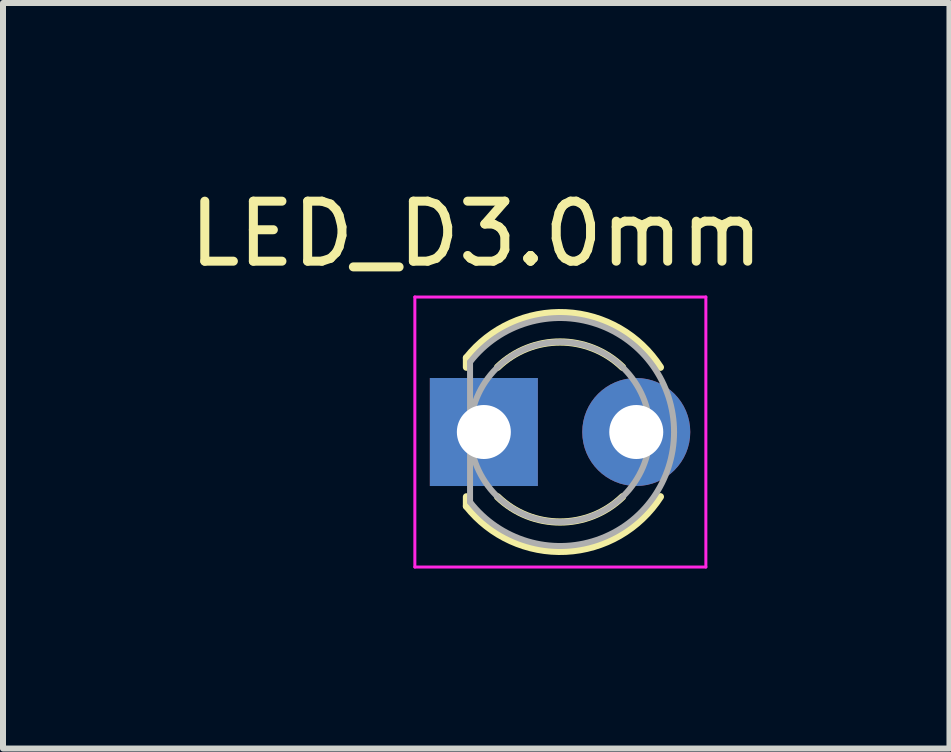
<source format=kicad_pcb>
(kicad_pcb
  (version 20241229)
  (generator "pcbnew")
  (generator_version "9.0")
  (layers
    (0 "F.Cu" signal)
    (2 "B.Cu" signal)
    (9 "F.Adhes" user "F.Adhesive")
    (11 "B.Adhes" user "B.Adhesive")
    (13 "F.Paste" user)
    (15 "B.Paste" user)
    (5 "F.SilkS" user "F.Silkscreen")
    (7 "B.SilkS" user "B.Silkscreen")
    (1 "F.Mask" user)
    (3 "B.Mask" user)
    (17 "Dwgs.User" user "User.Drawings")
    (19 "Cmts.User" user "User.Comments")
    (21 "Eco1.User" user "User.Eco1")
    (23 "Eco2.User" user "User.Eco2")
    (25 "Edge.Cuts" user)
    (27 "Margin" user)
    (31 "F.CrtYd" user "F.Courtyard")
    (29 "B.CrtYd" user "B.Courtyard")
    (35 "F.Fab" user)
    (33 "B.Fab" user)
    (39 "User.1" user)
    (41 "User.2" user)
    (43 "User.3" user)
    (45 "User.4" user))
  (footprint "LED_D3.0mm"
    (layer "F.Cu")
    (at 5.014 4.15)
    (property "Reference" "LED_D3.0mm" (at -0.127 -3.302 0) (layer "F.SilkS") (effects (font (size 1 1) (thickness 0.15))))
    (attr through_hole)
    (fp_line (start -0.29 -1.236) (end -0.29 -1.08) (stroke (width 0.12) (type solid)) (layer "F.SilkS"))
    (fp_line (start -0.29 1.08) (end -0.29 1.236) (stroke (width 0.12) (type solid)) (layer "F.SilkS"))
    (fp_arc (start -0.29 -1.235516) (mid 1.366487 -1.987659) (end 2.942335 -1.078608) (stroke (width 0.12) (type solid)) (layer "F.SilkS"))
    (fp_arc (start 0.229039 -1.08) (mid 1.270117 -1.5) (end 2.31113 -1.079837) (stroke (width 0.12) (type solid)) (layer "F.SilkS"))
    (fp_arc (start 2.31113 1.079837) (mid 1.270117 1.5) (end 0.229039 1.08) (stroke (width 0.12) (type solid)) (layer "F.SilkS"))
    (fp_arc (start 2.942335 1.078608) (mid 1.366487 1.987659) (end -0.29 1.235516) (stroke (width 0.12) (type solid)) (layer "F.SilkS"))
    (fp_line (start -1.15 -2.25) (end -1.15 2.25) (stroke (width 0.05) (type solid)) (layer "F.CrtYd"))
    (fp_line (start -1.15 2.25) (end 3.7 2.25) (stroke (width 0.05) (type solid)) (layer "F.CrtYd"))
    (fp_line (start 3.7 -2.25) (end -1.15 -2.25) (stroke (width 0.05) (type solid)) (layer "F.CrtYd"))
    (fp_line (start 3.7 2.25) (end 3.7 -2.25) (stroke (width 0.05) (type solid)) (layer "F.CrtYd"))
    (fp_line (start -0.23 -1.166) (end -0.23 1.166) (stroke (width 0.1) (type solid)) (layer "F.Fab"))
    (fp_arc (start -0.23 -1.16619) (mid 3.17 0.000452) (end -0.230555 1.165476) (stroke (width 0.1) (type solid)) (layer "F.Fab"))
    (fp_circle (center 1.27 0) (end 2.77 0) (stroke (width 0.1) (type solid)) (fill no) (layer "F.Fab"))
    (pad "1" thru_hole rect (at 0 0) (size 1.8 1.8) (drill 0.9) (layers "*.Cu" "*.Mask"))
    (pad "2" thru_hole circle (at 2.54 0) (size 1.8 1.8) (drill 0.9) (layers "*.Cu" "*.Mask")))
  (gr_rect
    (start -3 -3)
    (end 12.774 9.425)
    (stroke (width 0.1) (type default))
    (fill no)
    (layer "Edge.Cuts")))
</source>
